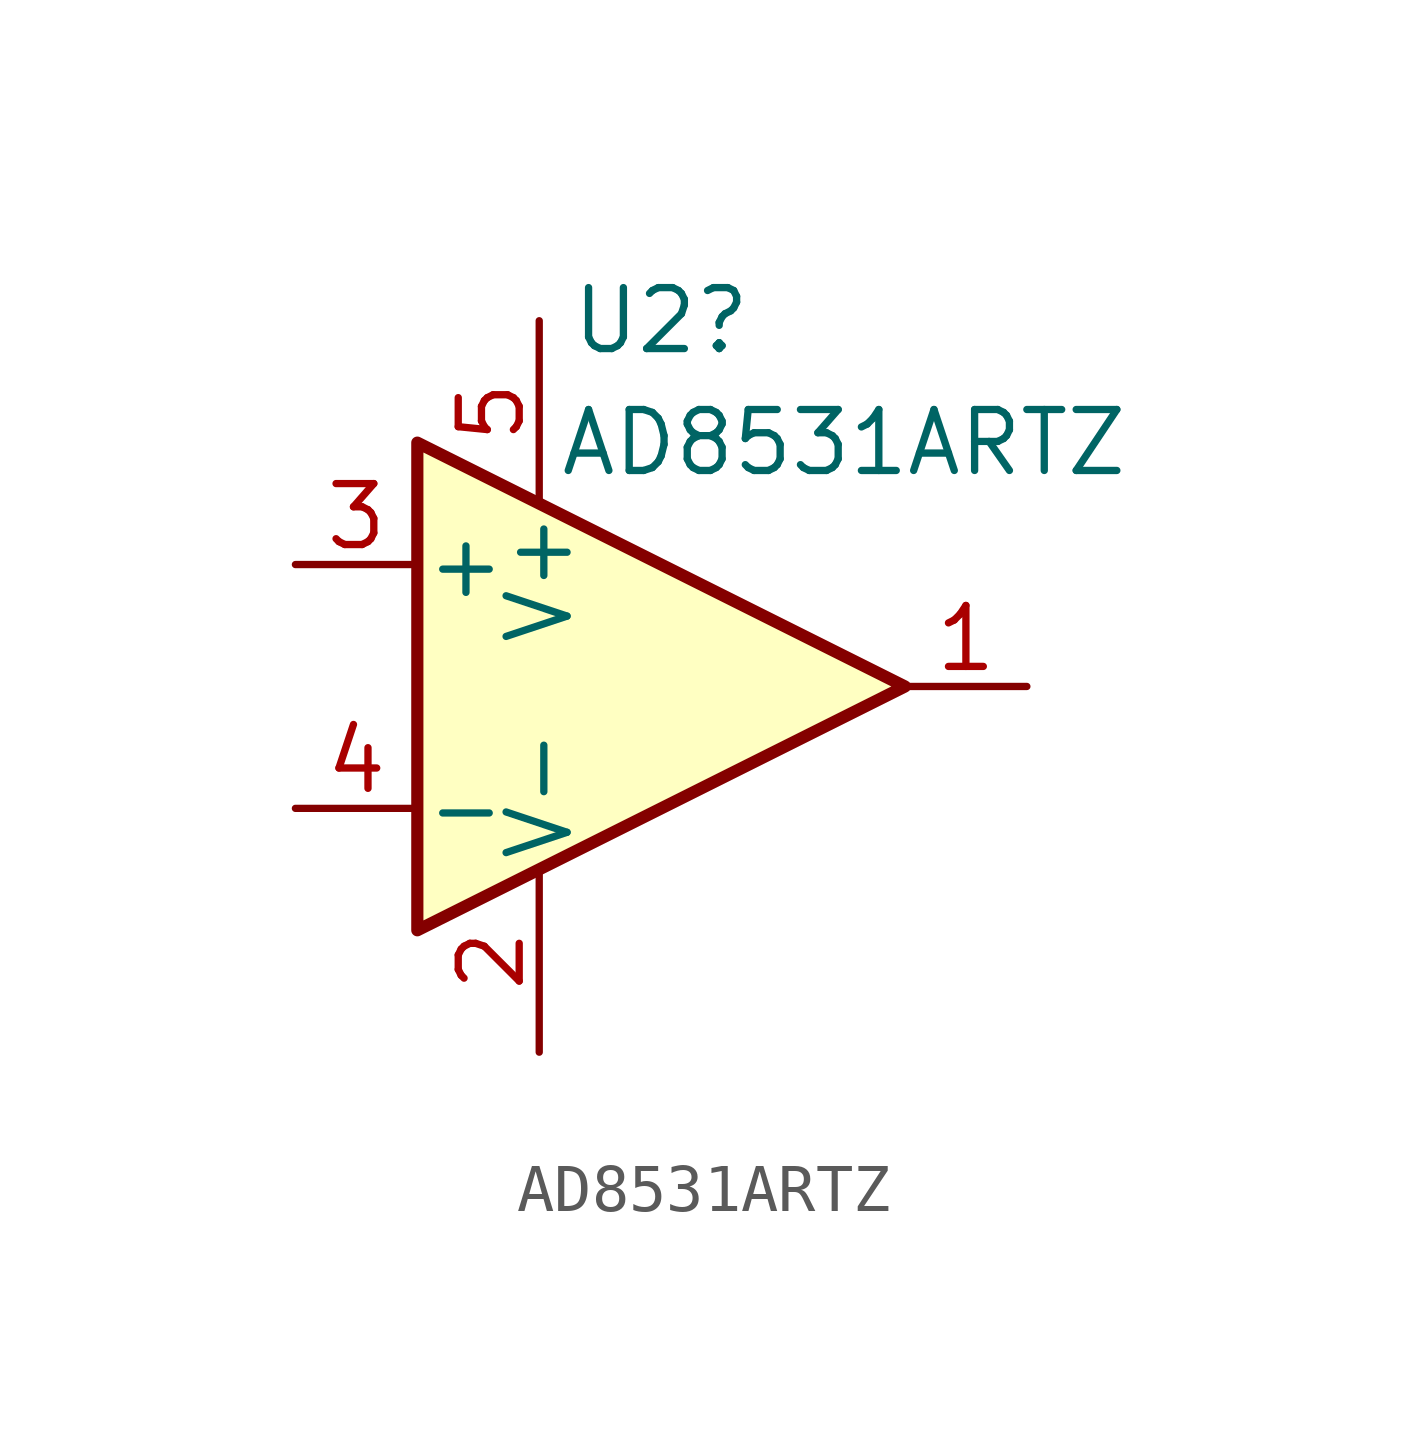
<source format=kicad_sym>
(kicad_symbol_lib
  (version 20211014)
  (generator kicad_symbol_editor)
  (symbol "AD8531ARTZ"
    (pin_names
      (offset 0.127))
    (property "Reference" "U2"
      (at 0 7.62 0)
      (effects (font (size 1.27 1.27))))
    (property "Value" "AD8531ARTZ"
      (at 3.81 5.08 0)
      (effects (font (size 1.27 1.27))))
    (symbol "AD8531ARTZ_0_1"
      (polyline (pts (xy -5.08 5.08) (xy 5.08 0) (xy -5.08 -5.08) (xy -5.08 5.08)) (stroke (width 0.254) (type default) (color 0 0 0 0)) (fill (type background)))
      (pin power_in line (at -2.54 -7.62 90) (length 3.81) (name "V-" (effects (font (size 1.27 1.27)))) (number "2" (effects (font (size 1.27 1.27)))))
      (pin power_in line (at -2.54 7.62 270) (length 3.81) (name "V+" (effects (font (size 1.27 1.27)))) (number "5" (effects (font (size 1.27 1.27))))))
    (symbol "AD8531ARTZ_1_1"
      (pin output line (at 7.62 0 180) (length 2.54) (name "~" (effects (font (size 1.27 1.27)))) (number "1" (effects (font (size 1.27 1.27)))))
      (pin input line (at -7.62 2.54 0) (length 2.54) (name "+" (effects (font (size 1.27 1.27)))) (number "3" (effects (font (size 1.27 1.27)))))
      (pin input line (at -7.62 -2.54 0) (length 2.54) (name "-" (effects (font (size 1.27 1.27)))) (number "4" (effects (font (size 1.27 1.27))))))))
</source>
